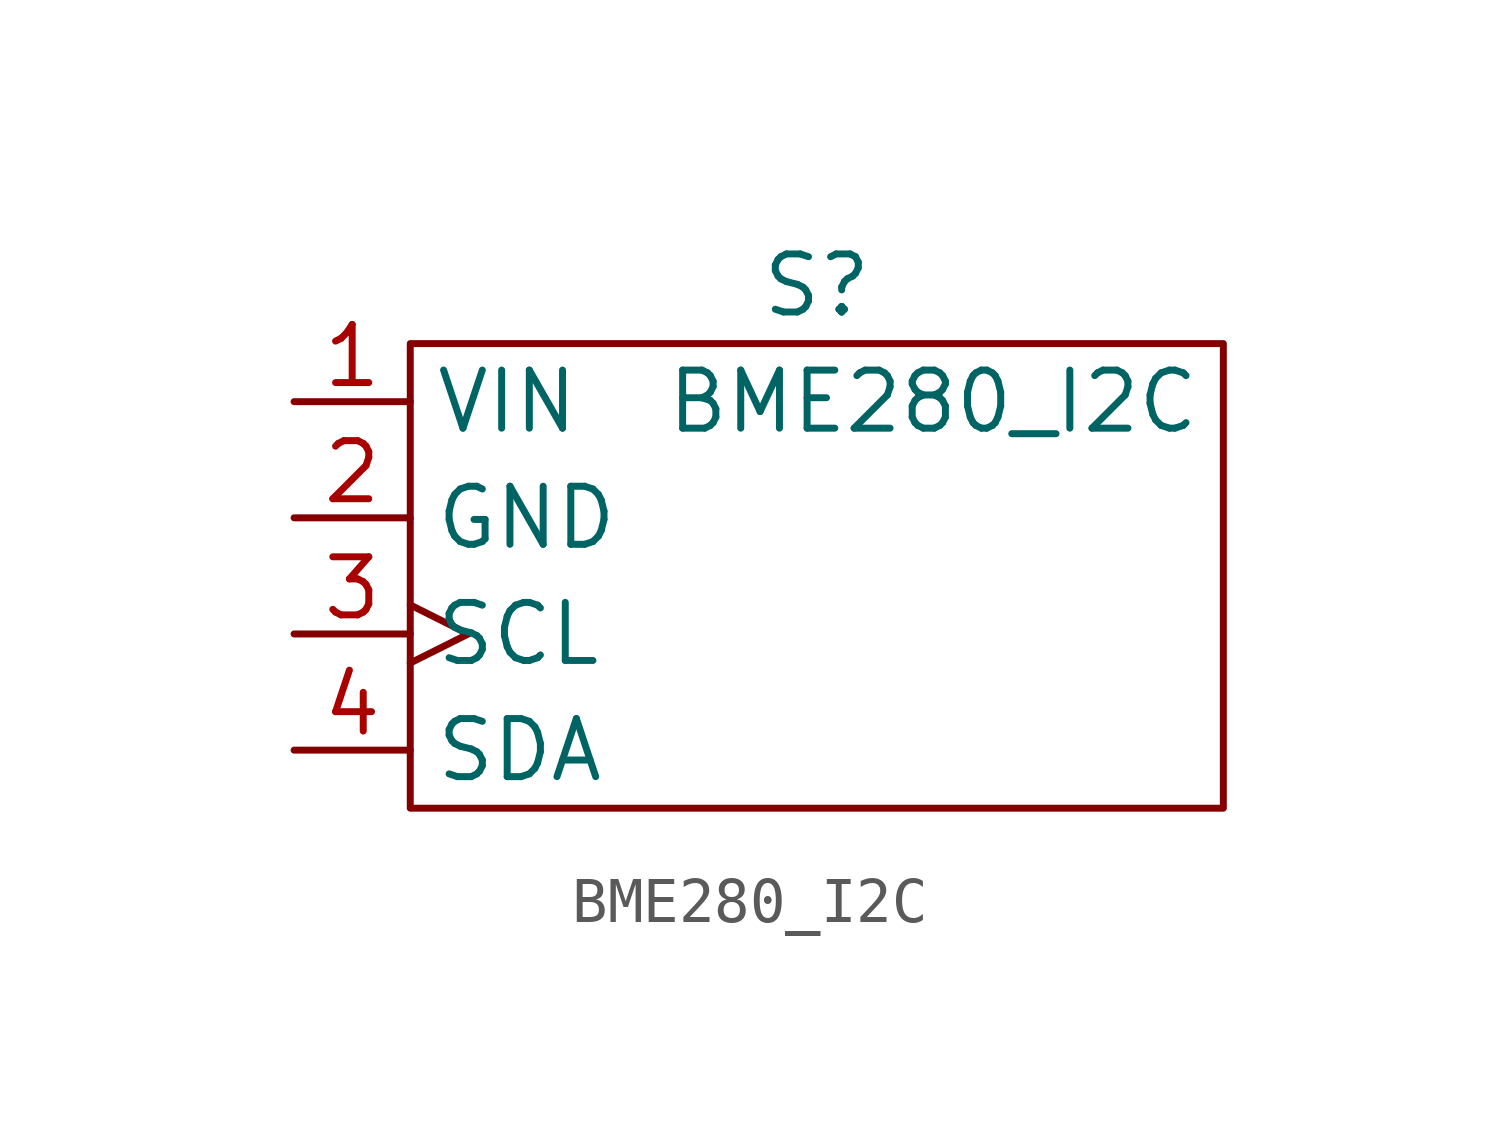
<source format=kicad_sym>
(kicad_symbol_lib
  (version 20220914)
  (generator kicad_symbol_editor)
  (symbol "BME280_I2C"
    (property "Reference" "S"
      (at 8.89 2.54 0)
      (effects (font (size 1.27 1.27))))
    (property "Value" "BME280_I2C"
      (at 11.43 0 0)
      (effects (font (size 1.27 1.27))))
    (symbol "BME280_I2C_0_1"
      (rectangle (start 0 1.27) (end 17.78 -8.89) (stroke (width 0) (type default)) (fill (type none))))
    (symbol "BME280_I2C_1_1"
      (pin power_in line (at -2.54 0 0) (length 2.54) (name "VIN" (effects (font (size 1.27 1.27)))) (number "1" (effects (font (size 1.27 1.27)))))
      (pin power_in line (at -2.54 -2.54 0) (length 2.54) (name "GND" (effects (font (size 1.27 1.27)))) (number "2" (effects (font (size 1.27 1.27)))))
      (pin input clock (at -2.54 -5.08 0) (length 2.54) (name "SCL" (effects (font (size 1.27 1.27)))) (number "3" (effects (font (size 1.27 1.27)))))
      (pin bidirectional line (at -2.54 -7.62 0) (length 2.54) (name "SDA" (effects (font (size 1.27 1.27)))) (number "4" (effects (font (size 1.27 1.27))))))))
</source>
